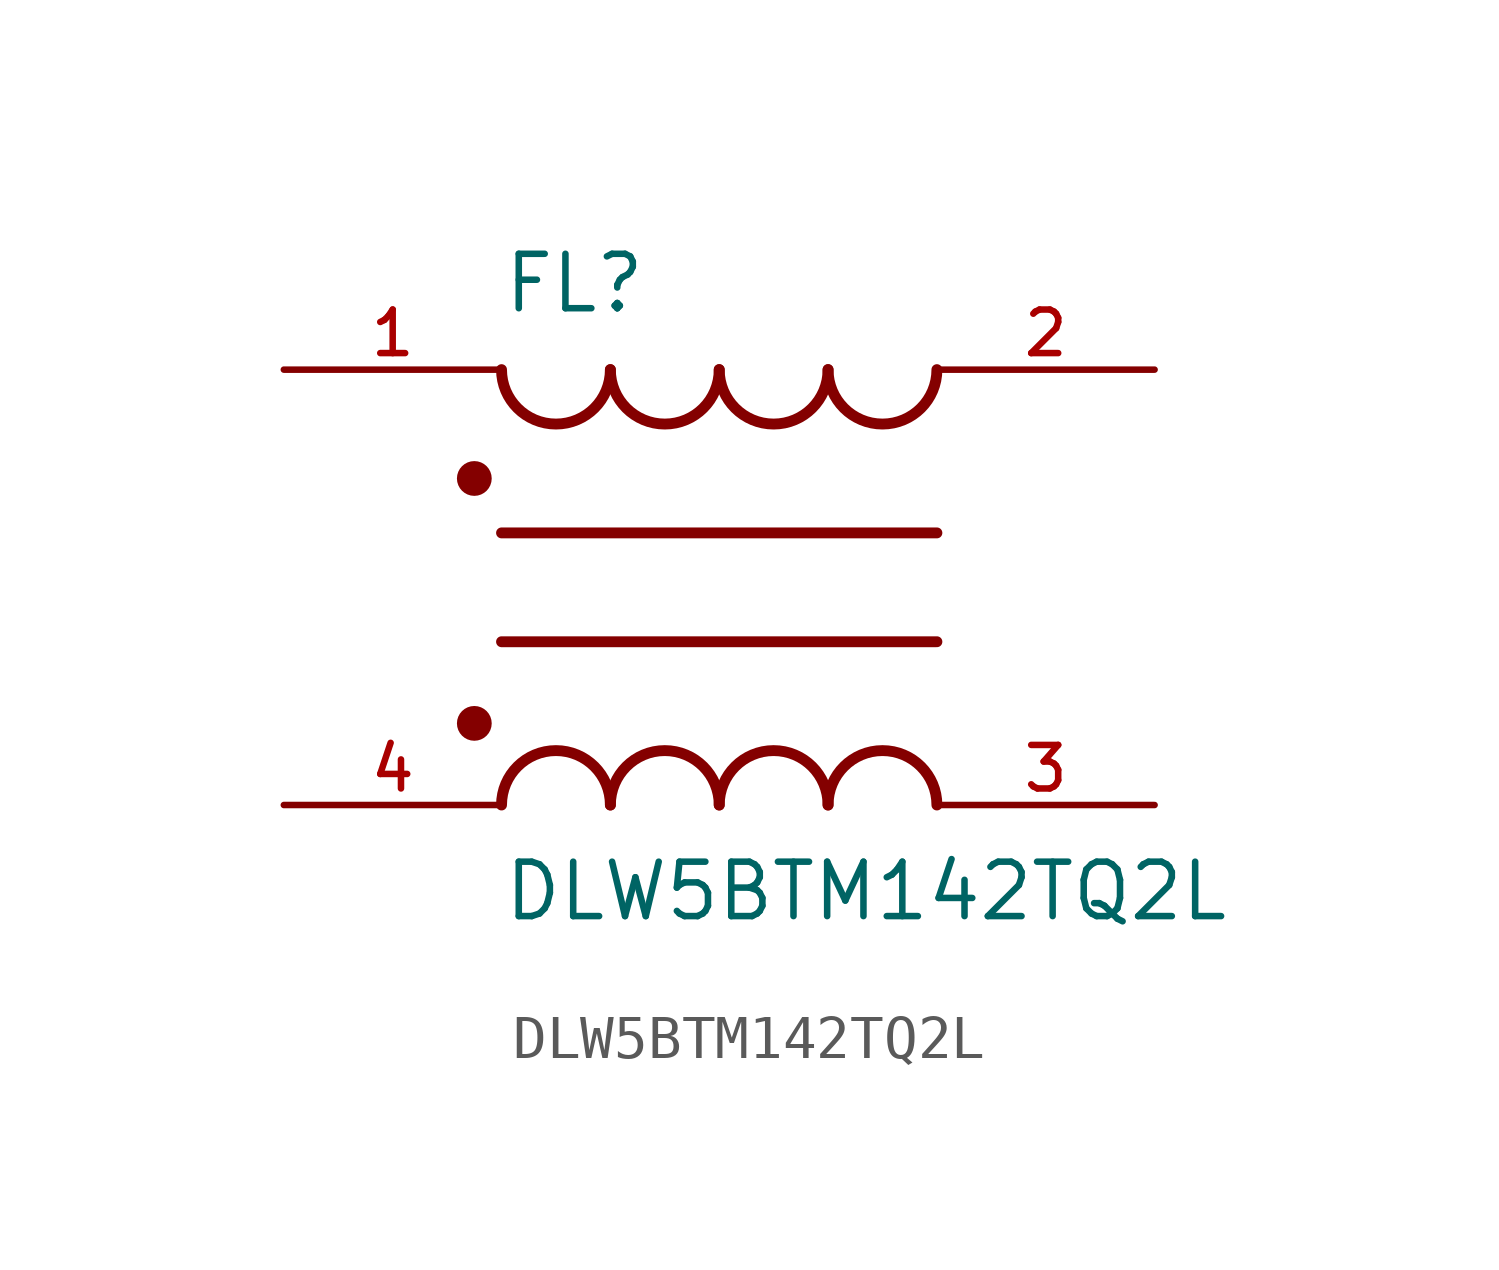
<source format=kicad_sym>
(kicad_symbol_lib
  (version 20211014)
  (generator kicad_symbol_editor)
  (symbol "DLW5BTM142TQ2L"
    (pin_names
      (offset 1.016))
    (property "Reference" "FL"
      (at -5.08 6.35 0)
      (effects (font (size 1.27 1.27)) (justify bottom left)))
    (property "Value" "DLW5BTM142TQ2L"
      (at -5.08 -6.35 0)
      (effects (font (size 1.27 1.27)) (justify top left)))
    (symbol "DLW5BTM142TQ2L_0_0"
      (arc (start -2.54 -5.08) (mid -3.81 -3.81) (end -5.08 -5.08) (stroke (width 0.254) (type default) (color 0 0 0 0)) (fill (type none)))
      (arc (start 0.0 -5.08) (mid -1.27 -3.81) (end -2.54 -5.08) (stroke (width 0.254) (type default) (color 0 0 0 0)) (fill (type none)))
      (arc (start 2.54 -5.08) (mid 1.27 -3.81) (end 0.0 -5.08) (stroke (width 0.254) (type default) (color 0 0 0 0)) (fill (type none)))
      (arc (start 5.08 -5.08) (mid 3.81 -3.81) (end 2.54 -5.08) (stroke (width 0.254) (type default) (color 0 0 0 0)) (fill (type none)))
      (polyline (pts (xy -5.08 -1.27) (xy 5.08 -1.27)) (stroke (width 0.254)))
      (circle (center -5.715 -3.175) (radius 0.203) (stroke (width 0.406)) (fill (type none)))
      (arc (start 2.54 5.08) (mid 3.81 3.81) (end 5.08 5.08) (stroke (width 0.254) (type default) (color 0 0 0 0)) (fill (type none)))
      (arc (start 0.0 5.08) (mid 1.27 3.81) (end 2.54 5.08) (stroke (width 0.254) (type default) (color 0 0 0 0)) (fill (type none)))
      (arc (start -2.54 5.08) (mid -1.27 3.81) (end 0.0 5.08) (stroke (width 0.254) (type default) (color 0 0 0 0)) (fill (type none)))
      (arc (start -5.08 5.08) (mid -3.81 3.81) (end -2.54 5.08) (stroke (width 0.254) (type default) (color 0 0 0 0)) (fill (type none)))
      (polyline (pts (xy 5.08 1.27) (xy -5.08 1.27)) (stroke (width 0.254)))
      (circle (center -5.715 2.54) (radius 0.203) (stroke (width 0.406)) (fill (type none)))
      (pin passive line (at -10.16 5.08 0) (length 5.08) (name "~" (effects (font (size 1.016 1.016)))) (number "1" (effects (font (size 1.016 1.016)))))
      (pin passive line (at 10.16 5.08 180.0) (length 5.08) (name "~" (effects (font (size 1.016 1.016)))) (number "2" (effects (font (size 1.016 1.016)))))
      (pin passive line (at -10.16 -5.08 0) (length 5.08) (name "~" (effects (font (size 1.016 1.016)))) (number "4" (effects (font (size 1.016 1.016)))))
      (pin passive line (at 10.16 -5.08 180.0) (length 5.08) (name "~" (effects (font (size 1.016 1.016)))) (number "3" (effects (font (size 1.016 1.016))))))))
</source>
